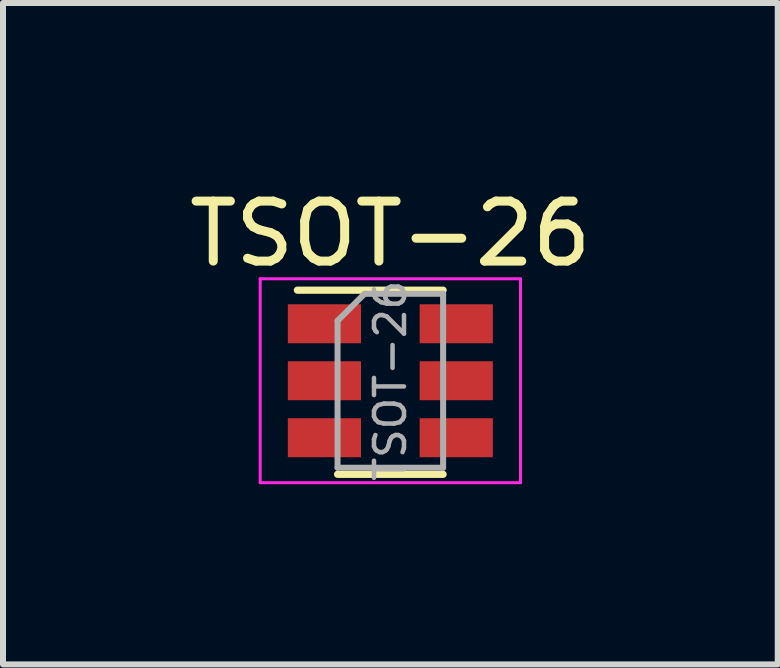
<source format=kicad_pcb>
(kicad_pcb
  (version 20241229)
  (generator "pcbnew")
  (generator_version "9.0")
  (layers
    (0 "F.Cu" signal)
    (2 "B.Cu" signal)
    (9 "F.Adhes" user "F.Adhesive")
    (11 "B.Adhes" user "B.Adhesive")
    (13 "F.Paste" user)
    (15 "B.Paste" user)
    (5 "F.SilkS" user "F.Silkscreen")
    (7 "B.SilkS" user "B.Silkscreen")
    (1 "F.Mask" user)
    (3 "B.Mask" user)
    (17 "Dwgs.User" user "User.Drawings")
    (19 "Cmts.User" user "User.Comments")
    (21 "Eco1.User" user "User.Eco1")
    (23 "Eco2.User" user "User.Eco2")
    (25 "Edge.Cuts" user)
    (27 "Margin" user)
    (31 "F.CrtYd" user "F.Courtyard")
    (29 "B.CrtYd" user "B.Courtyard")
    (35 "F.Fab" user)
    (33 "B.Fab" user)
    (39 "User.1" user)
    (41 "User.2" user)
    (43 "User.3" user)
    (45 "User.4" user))
  (footprint "TSOT-26"
    (layer "F.Cu")
    (at 3.458 3.298)
    (property "Reference" "TSOT-26" (at 0 -2.45 0) (layer "F.SilkS") (effects (font (size 1 1) (thickness 0.15))))
    (attr smd)
    (fp_line (start -0.88 1.56) (end 0.88 1.56) (stroke (width 0.12) (type solid)) (layer "F.SilkS"))
    (fp_line (start 0.88 -1.51) (end -1.55 -1.51) (stroke (width 0.12) (type solid)) (layer "F.SilkS"))
    (fp_line (start -2.17 -1.7) (end -2.17 1.7) (stroke (width 0.05) (type solid)) (layer "F.CrtYd"))
    (fp_line (start -2.17 -1.7) (end 2.17 -1.7) (stroke (width 0.05) (type solid)) (layer "F.CrtYd"))
    (fp_line (start 2.17 1.7) (end -2.17 1.7) (stroke (width 0.05) (type solid)) (layer "F.CrtYd"))
    (fp_line (start 2.17 1.7) (end 2.17 -1.7) (stroke (width 0.05) (type solid)) (layer "F.CrtYd"))
    (fp_line (start -0.88 -1) (end -0.88 1.45) (stroke (width 0.1) (type solid)) (layer "F.Fab"))
    (fp_line (start -0.88 -1) (end -0.43 -1.45) (stroke (width 0.1) (type solid)) (layer "F.Fab"))
    (fp_line (start 0.88 -1.45) (end -0.43 -1.45) (stroke (width 0.1) (type solid)) (layer "F.Fab"))
    (fp_line (start 0.88 -1.45) (end 0.88 1.45) (stroke (width 0.1) (type solid)) (layer "F.Fab"))
    (fp_line (start 0.88 1.45) (end -0.88 1.45) (stroke (width 0.1) (type solid)) (layer "F.Fab"))
    (fp_text user "${REFERENCE}" (at 0 0 90) (layer "F.Fab") (effects (font (size 0.5 0.5) (thickness 0.075))))
    (pad "1" smd rect (at -1.099 -0.95) (size 1.22 0.65) (layers "F.Cu" "F.Mask" "F.Paste"))
    (pad "2" smd rect (at -1.099 0) (size 1.22 0.65) (layers "F.Cu" "F.Mask" "F.Paste"))
    (pad "3" smd rect (at -1.099 0.95) (size 1.22 0.65) (layers "F.Cu" "F.Mask" "F.Paste"))
    (pad "4" smd rect (at 1.099 0.95) (size 1.22 0.65) (layers "F.Cu" "F.Mask" "F.Paste"))
    (pad "5" smd rect (at 1.099 0) (size 1.22 0.65) (layers "F.Cu" "F.Mask" "F.Paste"))
    (pad "6" smd rect (at 1.099 -0.95) (size 1.22 0.65) (layers "F.Cu" "F.Mask" "F.Paste")))
  (gr_rect
    (start -3 -3)
    (end 9.917 8.027)
    (stroke (width 0.1) (type default))
    (fill no)
    (layer "Edge.Cuts")))
</source>
